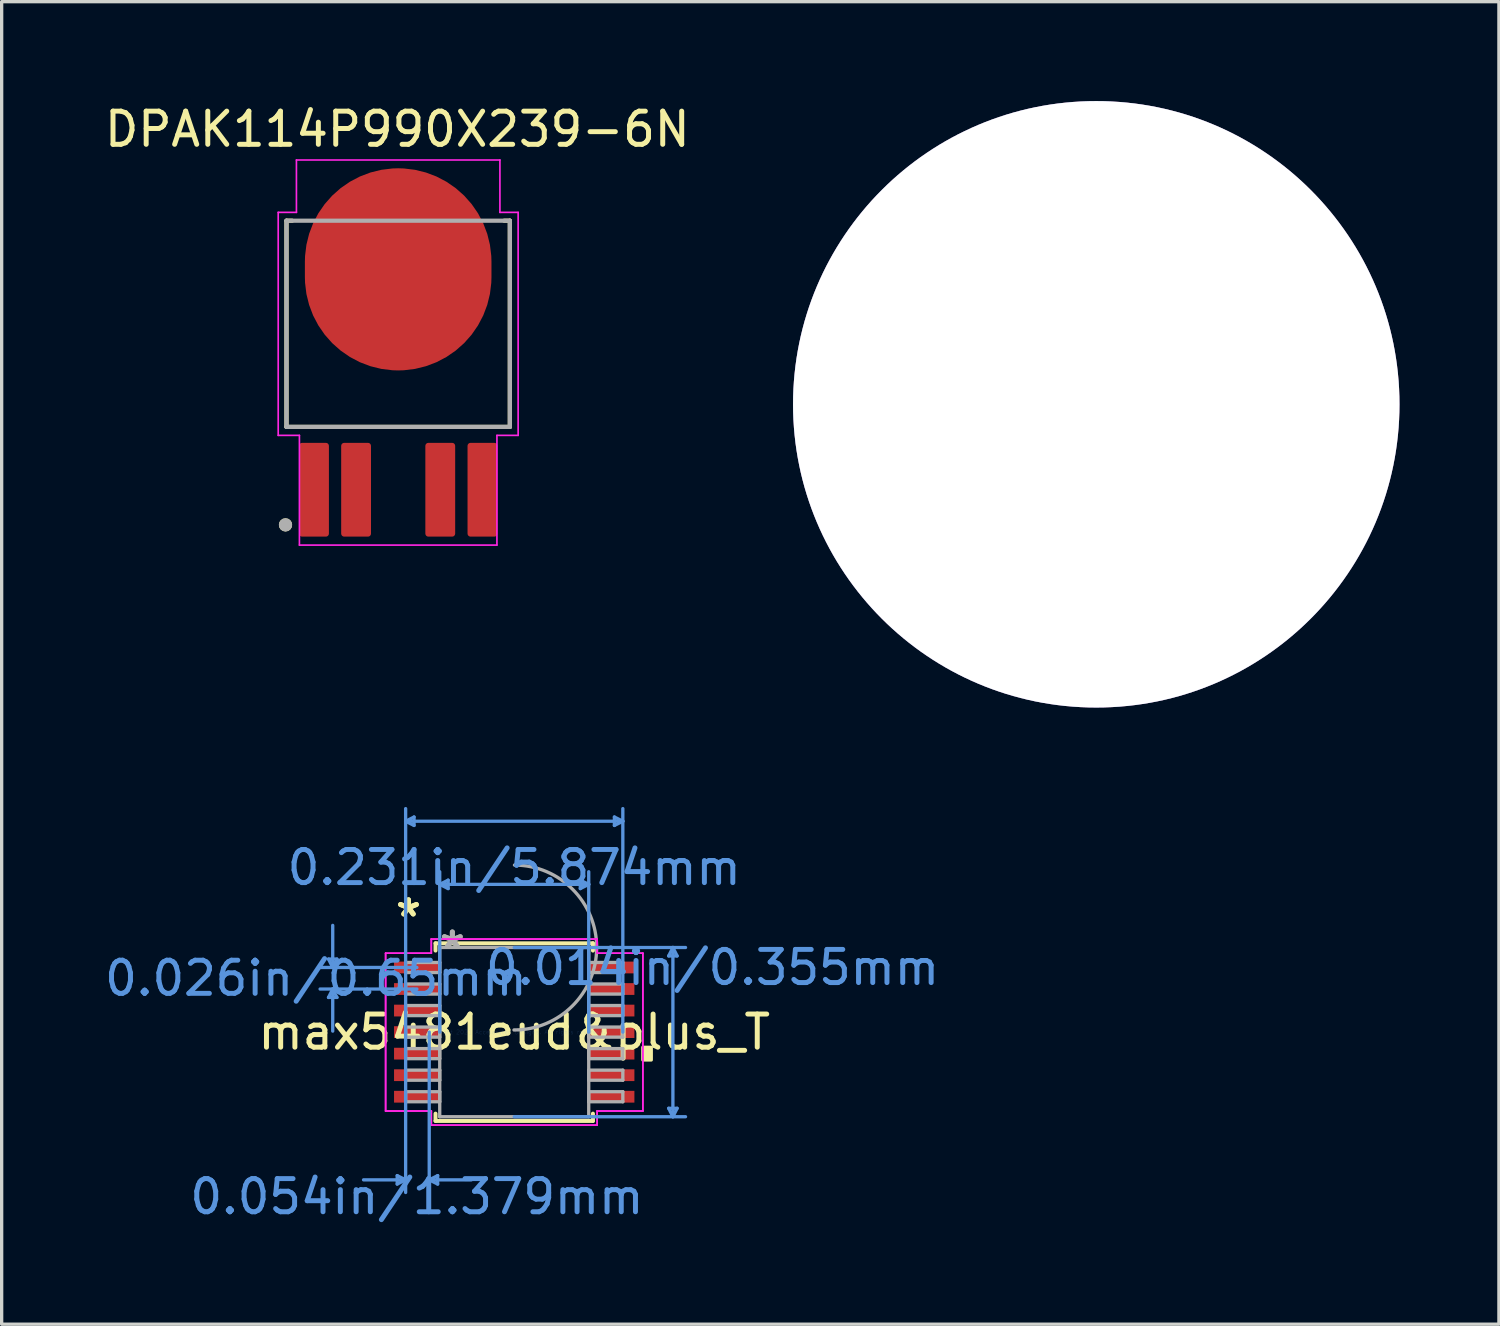
<source format=kicad_pcb>
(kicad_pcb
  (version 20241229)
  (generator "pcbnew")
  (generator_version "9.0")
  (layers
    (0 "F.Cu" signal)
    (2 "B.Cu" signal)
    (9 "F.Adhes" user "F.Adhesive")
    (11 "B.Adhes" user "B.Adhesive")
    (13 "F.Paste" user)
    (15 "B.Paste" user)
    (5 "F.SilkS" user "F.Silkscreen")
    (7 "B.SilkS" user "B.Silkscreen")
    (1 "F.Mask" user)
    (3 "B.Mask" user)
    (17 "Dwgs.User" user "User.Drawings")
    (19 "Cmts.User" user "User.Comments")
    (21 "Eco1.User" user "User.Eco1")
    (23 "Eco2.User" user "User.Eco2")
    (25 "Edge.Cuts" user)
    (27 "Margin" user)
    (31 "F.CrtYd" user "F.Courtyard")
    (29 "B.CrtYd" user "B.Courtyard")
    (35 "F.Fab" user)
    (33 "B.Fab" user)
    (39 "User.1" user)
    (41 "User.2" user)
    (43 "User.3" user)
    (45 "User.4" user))
  (footprint "HOLE_DIN8"
    (layer "F.Cu")
    (at 30.03 9.15)
    (property "Reference" "HOLE_DIN8" (at 0 0.5 0) (layer "F.SilkS") (effects (font (size 1 1) (thickness 0.15))))
    (attr through_hole)
    (pad "1" thru_hole circle (at 0 0) (size 18.3 18.3) (drill 18.3) (layers "*.Cu" "*.Mask")))
  (footprint "max5481eud&plus_T"
    (layer "F.Cu")
    (at 12.467 28.094)
    (property "Reference" "max5481eud&plus_T" (at 0 0 0) (layer "F.SilkS") (effects (font (size 1 1) (thickness 0.15))))
    (attr through_hole)
    (fp_line (start -2.375 -2.68) (end -2.375 -2.46) (stroke (width 0.12) (type solid)) (layer "F.SilkS"))
    (fp_line (start -2.375 2.46) (end -2.375 2.68) (stroke (width 0.12) (type solid)) (layer "F.SilkS"))
    (fp_line (start -2.375 2.68) (end 2.375 2.68) (stroke (width 0.12) (type solid)) (layer "F.SilkS"))
    (fp_line (start 2.375 -2.68) (end -2.375 -2.68) (stroke (width 0.12) (type solid)) (layer "F.SilkS"))
    (fp_line (start 2.375 -2.46) (end 2.375 -2.68) (stroke (width 0.12) (type solid)) (layer "F.SilkS"))
    (fp_line (start 2.375 2.68) (end 2.375 2.46) (stroke (width 0.12) (type solid)) (layer "F.SilkS"))
    (fp_poly (pts (xy 4.135 0.459) (xy 4.135 0.84) (xy 3.881 0.84) (xy 3.881 0.459)) (stroke (width 0.1) (type solid)) (fill yes) (layer "F.SilkS"))
    (fp_line (start -5.604 -2.204) (end -5.35 -2.204) (stroke (width 0.1) (type solid)) (layer "Cmts.User"))
    (fp_line (start -5.604 -1.046) (end -5.35 -1.046) (stroke (width 0.1) (type solid)) (layer "Cmts.User"))
    (fp_line (start -5.477 -1.95) (end -5.604 -2.204) (stroke (width 0.1) (type solid)) (layer "Cmts.User"))
    (fp_line (start -5.477 -1.95) (end -5.477 -3.22) (stroke (width 0.1) (type solid)) (layer "Cmts.User"))
    (fp_line (start -5.477 -1.95) (end -5.35 -2.204) (stroke (width 0.1) (type solid)) (layer "Cmts.User"))
    (fp_line (start -5.477 -1.3) (end -5.604 -1.046) (stroke (width 0.1) (type solid)) (layer "Cmts.User"))
    (fp_line (start -5.477 -1.3) (end -5.477 -0.03) (stroke (width 0.1) (type solid)) (layer "Cmts.User"))
    (fp_line (start -5.477 -1.3) (end -5.35 -1.046) (stroke (width 0.1) (type solid)) (layer "Cmts.User"))
    (fp_line (start -3.531 4.331) (end -3.531 4.585) (stroke (width 0.1) (type solid)) (layer "Cmts.User"))
    (fp_line (start -3.277 -6.363) (end -3.023 -6.49) (stroke (width 0.1) (type solid)) (layer "Cmts.User"))
    (fp_line (start -3.277 -6.363) (end -3.023 -6.236) (stroke (width 0.1) (type solid)) (layer "Cmts.User"))
    (fp_line (start -3.277 -6.363) (end 3.277 -6.363) (stroke (width 0.1) (type solid)) (layer "Cmts.User"))
    (fp_line (start -3.277 0) (end -3.277 -6.744) (stroke (width 0.1) (type solid)) (layer "Cmts.User"))
    (fp_line (start -3.277 0) (end -3.277 4.839) (stroke (width 0.1) (type solid)) (layer "Cmts.User"))
    (fp_line (start -3.277 4.458) (end -4.547 4.458) (stroke (width 0.1) (type solid)) (layer "Cmts.User"))
    (fp_line (start -3.277 4.458) (end -3.531 4.331) (stroke (width 0.1) (type solid)) (layer "Cmts.User"))
    (fp_line (start -3.277 4.458) (end -3.531 4.585) (stroke (width 0.1) (type solid)) (layer "Cmts.User"))
    (fp_line (start -3.023 -6.49) (end -3.023 -6.236) (stroke (width 0.1) (type solid)) (layer "Cmts.User"))
    (fp_line (start -2.937 -1.95) (end -5.858 -1.95) (stroke (width 0.1) (type solid)) (layer "Cmts.User"))
    (fp_line (start -2.937 -1.3) (end -5.858 -1.3) (stroke (width 0.1) (type solid)) (layer "Cmts.User"))
    (fp_line (start -2.565 0) (end -2.565 4.839) (stroke (width 0.1) (type solid)) (layer "Cmts.User"))
    (fp_line (start -2.565 4.458) (end -2.311 4.331) (stroke (width 0.1) (type solid)) (layer "Cmts.User"))
    (fp_line (start -2.565 4.458) (end -2.311 4.585) (stroke (width 0.1) (type solid)) (layer "Cmts.User"))
    (fp_line (start -2.565 4.458) (end -1.295 4.458) (stroke (width 0.1) (type solid)) (layer "Cmts.User"))
    (fp_line (start -2.311 4.331) (end -2.311 4.585) (stroke (width 0.1) (type solid)) (layer "Cmts.User"))
    (fp_line (start -2.248 -4.458) (end -1.994 -4.585) (stroke (width 0.1) (type solid)) (layer "Cmts.User"))
    (fp_line (start -2.248 -4.458) (end -1.994 -4.331) (stroke (width 0.1) (type solid)) (layer "Cmts.User"))
    (fp_line (start -2.248 -4.458) (end 2.248 -4.458) (stroke (width 0.1) (type solid)) (layer "Cmts.User"))
    (fp_line (start -2.248 0) (end -2.248 -4.839) (stroke (width 0.1) (type solid)) (layer "Cmts.User"))
    (fp_line (start -1.994 -4.585) (end -1.994 -4.331) (stroke (width 0.1) (type solid)) (layer "Cmts.User"))
    (fp_line (start 0 -2.553) (end 5.169 -2.553) (stroke (width 0.1) (type solid)) (layer "Cmts.User"))
    (fp_line (start 0 2.553) (end 5.169 2.553) (stroke (width 0.1) (type solid)) (layer "Cmts.User"))
    (fp_line (start 1.994 -4.585) (end 1.994 -4.331) (stroke (width 0.1) (type solid)) (layer "Cmts.User"))
    (fp_line (start 2.248 -4.458) (end 1.994 -4.585) (stroke (width 0.1) (type solid)) (layer "Cmts.User"))
    (fp_line (start 2.248 -4.458) (end 1.994 -4.331) (stroke (width 0.1) (type solid)) (layer "Cmts.User"))
    (fp_line (start 2.248 0) (end 2.248 -4.839) (stroke (width 0.1) (type solid)) (layer "Cmts.User"))
    (fp_line (start 3.023 -6.49) (end 3.023 -6.236) (stroke (width 0.1) (type solid)) (layer "Cmts.User"))
    (fp_line (start 3.277 -6.363) (end 3.023 -6.49) (stroke (width 0.1) (type solid)) (layer "Cmts.User"))
    (fp_line (start 3.277 -6.363) (end 3.023 -6.236) (stroke (width 0.1) (type solid)) (layer "Cmts.User"))
    (fp_line (start 3.277 0) (end 3.277 -6.744) (stroke (width 0.1) (type solid)) (layer "Cmts.User"))
    (fp_line (start 4.661 -2.299) (end 4.915 -2.299) (stroke (width 0.1) (type solid)) (layer "Cmts.User"))
    (fp_line (start 4.661 2.299) (end 4.915 2.299) (stroke (width 0.1) (type solid)) (layer "Cmts.User"))
    (fp_line (start 4.788 -2.553) (end 4.661 -2.299) (stroke (width 0.1) (type solid)) (layer "Cmts.User"))
    (fp_line (start 4.788 -2.553) (end 4.788 2.553) (stroke (width 0.1) (type solid)) (layer "Cmts.User"))
    (fp_line (start 4.788 -2.553) (end 4.915 -2.299) (stroke (width 0.1) (type solid)) (layer "Cmts.User"))
    (fp_line (start 4.788 2.553) (end 4.661 2.299) (stroke (width 0.1) (type solid)) (layer "Cmts.User"))
    (fp_line (start 4.788 2.553) (end 4.915 2.299) (stroke (width 0.1) (type solid)) (layer "Cmts.User"))
    (fp_line (start -3.881 -2.381) (end -2.502 -2.381) (stroke (width 0.05) (type solid)) (layer "F.CrtYd"))
    (fp_line (start -3.881 -2.381) (end -2.502 -2.381) (stroke (width 0.05) (type solid)) (layer "F.CrtYd"))
    (fp_line (start -3.881 2.381) (end -3.881 -2.381) (stroke (width 0.05) (type solid)) (layer "F.CrtYd"))
    (fp_line (start -3.881 2.381) (end -3.881 -2.381) (stroke (width 0.05) (type solid)) (layer "F.CrtYd"))
    (fp_line (start -3.881 2.381) (end -2.502 2.381) (stroke (width 0.05) (type solid)) (layer "F.CrtYd"))
    (fp_line (start -2.502 -2.807) (end 2.502 -2.807) (stroke (width 0.05) (type solid)) (layer "F.CrtYd"))
    (fp_line (start -2.502 -2.807) (end 2.502 -2.807) (stroke (width 0.05) (type solid)) (layer "F.CrtYd"))
    (fp_line (start -2.502 -2.381) (end -2.502 -2.807) (stroke (width 0.05) (type solid)) (layer "F.CrtYd"))
    (fp_line (start -2.502 -2.381) (end -2.502 -2.807) (stroke (width 0.05) (type solid)) (layer "F.CrtYd"))
    (fp_line (start -2.502 2.381) (end -3.881 2.381) (stroke (width 0.05) (type solid)) (layer "F.CrtYd"))
    (fp_line (start -2.502 2.807) (end -2.502 2.381) (stroke (width 0.05) (type solid)) (layer "F.CrtYd"))
    (fp_line (start -2.502 2.807) (end -2.502 2.381) (stroke (width 0.05) (type solid)) (layer "F.CrtYd"))
    (fp_line (start 2.502 -2.807) (end 2.502 -2.381) (stroke (width 0.05) (type solid)) (layer "F.CrtYd"))
    (fp_line (start 2.502 -2.807) (end 2.502 -2.381) (stroke (width 0.05) (type solid)) (layer "F.CrtYd"))
    (fp_line (start 2.502 -2.381) (end 3.881 -2.381) (stroke (width 0.05) (type solid)) (layer "F.CrtYd"))
    (fp_line (start 2.502 2.381) (end 2.502 2.807) (stroke (width 0.05) (type solid)) (layer "F.CrtYd"))
    (fp_line (start 2.502 2.381) (end 2.502 2.807) (stroke (width 0.05) (type solid)) (layer "F.CrtYd"))
    (fp_line (start 2.502 2.807) (end -2.502 2.807) (stroke (width 0.05) (type solid)) (layer "F.CrtYd"))
    (fp_line (start 2.502 2.807) (end -2.502 2.807) (stroke (width 0.05) (type solid)) (layer "F.CrtYd"))
    (fp_line (start 3.881 -2.381) (end 2.502 -2.381) (stroke (width 0.05) (type solid)) (layer "F.CrtYd"))
    (fp_line (start 3.881 -2.381) (end 3.881 2.381) (stroke (width 0.05) (type solid)) (layer "F.CrtYd"))
    (fp_line (start 3.881 -2.381) (end 3.881 2.381) (stroke (width 0.05) (type solid)) (layer "F.CrtYd"))
    (fp_line (start 3.881 2.381) (end 2.502 2.381) (stroke (width 0.05) (type solid)) (layer "F.CrtYd"))
    (fp_line (start 3.881 2.381) (end 2.502 2.381) (stroke (width 0.05) (type solid)) (layer "F.CrtYd"))
    (fp_line (start -3.277 -2.102) (end -3.277 -1.798) (stroke (width 0.1) (type solid)) (layer "F.Fab"))
    (fp_line (start -3.277 -1.798) (end -2.248 -1.798) (stroke (width 0.1) (type solid)) (layer "F.Fab"))
    (fp_line (start -3.277 -1.452) (end -3.277 -1.148) (stroke (width 0.1) (type solid)) (layer "F.Fab"))
    (fp_line (start -3.277 -1.148) (end -2.248 -1.148) (stroke (width 0.1) (type solid)) (layer "F.Fab"))
    (fp_line (start -3.277 -0.802) (end -3.277 -0.498) (stroke (width 0.1) (type solid)) (layer "F.Fab"))
    (fp_line (start -3.277 -0.498) (end -2.248 -0.498) (stroke (width 0.1) (type solid)) (layer "F.Fab"))
    (fp_line (start -3.277 -0.152) (end -3.277 0.152) (stroke (width 0.1) (type solid)) (layer "F.Fab"))
    (fp_line (start -3.277 0.152) (end -2.248 0.152) (stroke (width 0.1) (type solid)) (layer "F.Fab"))
    (fp_line (start -3.277 0.498) (end -3.277 0.802) (stroke (width 0.1) (type solid)) (layer "F.Fab"))
    (fp_line (start -3.277 0.802) (end -2.248 0.802) (stroke (width 0.1) (type solid)) (layer "F.Fab"))
    (fp_line (start -3.277 1.148) (end -3.277 1.452) (stroke (width 0.1) (type solid)) (layer "F.Fab"))
    (fp_line (start -3.277 1.452) (end -2.248 1.452) (stroke (width 0.1) (type solid)) (layer "F.Fab"))
    (fp_line (start -3.277 1.798) (end -3.277 2.102) (stroke (width 0.1) (type solid)) (layer "F.Fab"))
    (fp_line (start -3.277 2.102) (end -2.248 2.102) (stroke (width 0.1) (type solid)) (layer "F.Fab"))
    (fp_line (start -2.248 -2.553) (end -2.248 2.553) (stroke (width 0.1) (type solid)) (layer "F.Fab"))
    (fp_line (start -2.248 -2.102) (end -3.277 -2.102) (stroke (width 0.1) (type solid)) (layer "F.Fab"))
    (fp_line (start -2.248 -1.798) (end -2.248 -2.102) (stroke (width 0.1) (type solid)) (layer "F.Fab"))
    (fp_line (start -2.248 -1.452) (end -3.277 -1.452) (stroke (width 0.1) (type solid)) (layer "F.Fab"))
    (fp_line (start -2.248 -1.148) (end -2.248 -1.452) (stroke (width 0.1) (type solid)) (layer "F.Fab"))
    (fp_line (start -2.248 -0.802) (end -3.277 -0.802) (stroke (width 0.1) (type solid)) (layer "F.Fab"))
    (fp_line (start -2.248 -0.498) (end -2.248 -0.802) (stroke (width 0.1) (type solid)) (layer "F.Fab"))
    (fp_line (start -2.248 -0.152) (end -3.277 -0.152) (stroke (width 0.1) (type solid)) (layer "F.Fab"))
    (fp_line (start -2.248 0.152) (end -2.248 -0.152) (stroke (width 0.1) (type solid)) (layer "F.Fab"))
    (fp_line (start -2.248 0.498) (end -3.277 0.498) (stroke (width 0.1) (type solid)) (layer "F.Fab"))
    (fp_line (start -2.248 0.802) (end -2.248 0.498) (stroke (width 0.1) (type solid)) (layer "F.Fab"))
    (fp_line (start -2.248 1.148) (end -3.277 1.148) (stroke (width 0.1) (type solid)) (layer "F.Fab"))
    (fp_line (start -2.248 1.452) (end -2.248 1.148) (stroke (width 0.1) (type solid)) (layer "F.Fab"))
    (fp_line (start -2.248 1.798) (end -3.277 1.798) (stroke (width 0.1) (type solid)) (layer "F.Fab"))
    (fp_line (start -2.248 2.102) (end -2.248 1.798) (stroke (width 0.1) (type solid)) (layer "F.Fab"))
    (fp_line (start -2.248 2.553) (end 2.248 2.553) (stroke (width 0.1) (type solid)) (layer "F.Fab"))
    (fp_line (start 2.248 -2.553) (end -2.248 -2.553) (stroke (width 0.1) (type solid)) (layer "F.Fab"))
    (fp_line (start 2.248 -2.102) (end 2.248 -1.798) (stroke (width 0.1) (type solid)) (layer "F.Fab"))
    (fp_line (start 2.248 -1.798) (end 3.277 -1.798) (stroke (width 0.1) (type solid)) (layer "F.Fab"))
    (fp_line (start 2.248 -1.452) (end 2.248 -1.148) (stroke (width 0.1) (type solid)) (layer "F.Fab"))
    (fp_line (start 2.248 -1.148) (end 3.277 -1.148) (stroke (width 0.1) (type solid)) (layer "F.Fab"))
    (fp_line (start 2.248 -0.802) (end 2.248 -0.498) (stroke (width 0.1) (type solid)) (layer "F.Fab"))
    (fp_line (start 2.248 -0.498) (end 3.277 -0.498) (stroke (width 0.1) (type solid)) (layer "F.Fab"))
    (fp_line (start 2.248 -0.152) (end 2.248 0.152) (stroke (width 0.1) (type solid)) (layer "F.Fab"))
    (fp_line (start 2.248 0.152) (end 3.277 0.152) (stroke (width 0.1) (type solid)) (layer "F.Fab"))
    (fp_line (start 2.248 0.498) (end 2.248 0.802) (stroke (width 0.1) (type solid)) (layer "F.Fab"))
    (fp_line (start 2.248 0.802) (end 3.277 0.802) (stroke (width 0.1) (type solid)) (layer "F.Fab"))
    (fp_line (start 2.248 1.148) (end 2.248 1.452) (stroke (width 0.1) (type solid)) (layer "F.Fab"))
    (fp_line (start 2.248 1.452) (end 3.277 1.452) (stroke (width 0.1) (type solid)) (layer "F.Fab"))
    (fp_line (start 2.248 1.798) (end 2.248 2.102) (stroke (width 0.1) (type solid)) (layer "F.Fab"))
    (fp_line (start 2.248 2.102) (end 3.277 2.102) (stroke (width 0.1) (type solid)) (layer "F.Fab"))
    (fp_line (start 2.248 2.553) (end 2.248 -2.553) (stroke (width 0.1) (type solid)) (layer "F.Fab"))
    (fp_line (start 3.277 -2.102) (end 2.248 -2.102) (stroke (width 0.1) (type solid)) (layer "F.Fab"))
    (fp_line (start 3.277 -1.798) (end 3.277 -2.102) (stroke (width 0.1) (type solid)) (layer "F.Fab"))
    (fp_line (start 3.277 -1.452) (end 2.248 -1.452) (stroke (width 0.1) (type solid)) (layer "F.Fab"))
    (fp_line (start 3.277 -1.148) (end 3.277 -1.452) (stroke (width 0.1) (type solid)) (layer "F.Fab"))
    (fp_line (start 3.277 -0.802) (end 2.248 -0.802) (stroke (width 0.1) (type solid)) (layer "F.Fab"))
    (fp_line (start 3.277 -0.498) (end 3.277 -0.802) (stroke (width 0.1) (type solid)) (layer "F.Fab"))
    (fp_line (start 3.277 -0.152) (end 2.248 -0.152) (stroke (width 0.1) (type solid)) (layer "F.Fab"))
    (fp_line (start 3.277 0.152) (end 3.277 -0.152) (stroke (width 0.1) (type solid)) (layer "F.Fab"))
    (fp_line (start 3.277 0.498) (end 2.248 0.498) (stroke (width 0.1) (type solid)) (layer "F.Fab"))
    (fp_line (start 3.277 0.802) (end 3.277 0.498) (stroke (width 0.1) (type solid)) (layer "F.Fab"))
    (fp_line (start 3.277 1.148) (end 2.248 1.148) (stroke (width 0.1) (type solid)) (layer "F.Fab"))
    (fp_line (start 3.277 1.452) (end 3.277 1.148) (stroke (width 0.1) (type solid)) (layer "F.Fab"))
    (fp_line (start 3.277 1.798) (end 2.248 1.798) (stroke (width 0.1) (type solid)) (layer "F.Fab"))
    (fp_line (start 3.277 2.102) (end 3.277 1.798) (stroke (width 0.1) (type solid)) (layer "F.Fab"))
    (fp_arc (start 0.007742 -5.040561) (mid 2.487861 -2.544958) (end -0.007742 -0.064839) (stroke (width 0.1) (type solid)) (layer "F.Fab"))
    (fp_text user "*" (at -3.191 -3.448 0) (layer "F.SilkS") (effects (font (size 1 1) (thickness 0.15))))
    (fp_text user "*" (at -3.191 -3.448 0) (layer "F.SilkS") (effects (font (size 1 1) (thickness 0.15))))
    (fp_text user "0.054in/1.379mm" (at -2.937 4.966 0) (layer "Cmts.User") (effects (font (size 1 1) (thickness 0.15))))
    (fp_text user "0.026in/0.65mm" (at -5.985 -1.625 0) (layer "Cmts.User") (effects (font (size 1 1) (thickness 0.15))))
    (fp_text user "Copyright 2021 Accelerated Designs. All rights reserved." (at 0 0 0) (layer "Cmts.User") (effects (font (size 0.127 0.127) (thickness 0.002))))
    (fp_text user "0.014in/0.355mm" (at 5.985 -1.95 0) (layer "Cmts.User") (effects (font (size 1 1) (thickness 0.15))))
    (fp_text user "0.231in/5.874mm" (at 0 -4.966 0) (layer "Cmts.User") (effects (font (size 1 1) (thickness 0.15))))
    (fp_text user "*" (at -1.867 -2.477 0) (layer "F.Fab") (effects (font (size 1 1) (thickness 0.15))))
    (fp_text user "*" (at -1.867 -2.477 0) (layer "F.Fab") (effects (font (size 1 1) (thickness 0.15))))
    (pad "1" smd rect (at -2.937 -1.95) (size 1.379 0.355) (layers "F.Cu" "F.Mask" "F.Paste"))
    (pad "2" smd rect (at -2.937 -1.3) (size 1.379 0.355) (layers "F.Cu" "F.Mask" "F.Paste"))
    (pad "3" smd rect (at -2.937 -0.65) (size 1.379 0.355) (layers "F.Cu" "F.Mask" "F.Paste"))
    (pad "4" smd rect (at -2.937 0) (size 1.379 0.355) (layers "F.Cu" "F.Mask" "F.Paste"))
    (pad "5" smd rect (at -2.937 0.65) (size 1.379 0.355) (layers "F.Cu" "F.Mask" "F.Paste"))
    (pad "6" smd rect (at -2.937 1.3) (size 1.379 0.355) (layers "F.Cu" "F.Mask" "F.Paste"))
    (pad "7" smd rect (at -2.937 1.95) (size 1.379 0.355) (layers "F.Cu" "F.Mask" "F.Paste"))
    (pad "8" smd rect (at 2.937 1.95) (size 1.379 0.355) (layers "F.Cu" "F.Mask" "F.Paste"))
    (pad "9" smd rect (at 2.937 1.3) (size 1.379 0.355) (layers "F.Cu" "F.Mask" "F.Paste"))
    (pad "10" smd rect (at 2.937 0.65) (size 1.379 0.355) (layers "F.Cu" "F.Mask" "F.Paste"))
    (pad "11" smd rect (at 2.937 0) (size 1.379 0.355) (layers "F.Cu" "F.Mask" "F.Paste"))
    (pad "12" smd rect (at 2.937 -0.65) (size 1.379 0.355) (layers "F.Cu" "F.Mask" "F.Paste"))
    (pad "13" smd rect (at 2.937 -1.3) (size 1.379 0.355) (layers "F.Cu" "F.Mask" "F.Paste"))
    (pad "14" smd rect (at 2.937 -1.95) (size 1.379 0.355) (layers "F.Cu" "F.Mask" "F.Paste")))
  (footprint "DPAK114P990X239-6N"
    (layer "F.Cu")
    (at 8.965 7.588)
    (property "Reference" "DPAK114P990X239-6N" (at -0.025 -6.739 0) (layer "F.SilkS") (effects (font (size 1.001 1.001) (thickness 0.15))))
    (attr through_hole)
    (fp_line (start -3.37 -3.978) (end -3.37 2.243) (stroke (width 0.127) (type solid)) (layer "F.SilkS"))
    (fp_line (start -3.37 2.243) (end 3.37 2.243) (stroke (width 0.127) (type solid)) (layer "F.SilkS"))
    (fp_line (start -3.2 -3.978) (end -3.37 -3.978) (stroke (width 0.127) (type solid)) (layer "F.SilkS"))
    (fp_line (start 3.37 -3.978) (end 3.2 -3.978) (stroke (width 0.127) (type solid)) (layer "F.SilkS"))
    (fp_line (start 3.37 2.243) (end 3.37 -3.978) (stroke (width 0.127) (type solid)) (layer "F.SilkS"))
    (fp_circle (center -3.4 5.2) (end -3.3 5.2) (stroke (width 0.2) (type solid)) (fill no) (layer "F.SilkS"))
    (fp_poly (pts (xy -1.78 -4.44) (xy 1.78 -4.44) (xy 1.78 -0.58) (xy -1.78 -0.58)) (stroke (width 0.01) (type solid)) (fill yes) (layer "F.Paste"))
    (fp_line (start -3.62 -4.23) (end -3.07 -4.23) (stroke (width 0.05) (type solid)) (layer "F.CrtYd"))
    (fp_line (start -3.62 2.5) (end -3.62 -4.23) (stroke (width 0.05) (type solid)) (layer "F.CrtYd"))
    (fp_line (start -3.07 -5.81) (end 3.07 -5.81) (stroke (width 0.05) (type solid)) (layer "F.CrtYd"))
    (fp_line (start -3.07 -4.23) (end -3.07 -5.81) (stroke (width 0.05) (type solid)) (layer "F.CrtYd"))
    (fp_line (start -2.98 2.5) (end -3.62 2.5) (stroke (width 0.05) (type solid)) (layer "F.CrtYd"))
    (fp_line (start -2.98 2.5) (end -2.98 5.81) (stroke (width 0.05) (type solid)) (layer "F.CrtYd"))
    (fp_line (start -2.98 5.81) (end 2.98 5.81) (stroke (width 0.05) (type solid)) (layer "F.CrtYd"))
    (fp_line (start 2.98 2.5) (end 2.98 5.81) (stroke (width 0.05) (type solid)) (layer "F.CrtYd"))
    (fp_line (start 2.98 2.5) (end 3.62 2.5) (stroke (width 0.05) (type solid)) (layer "F.CrtYd"))
    (fp_line (start 3.07 -4.23) (end 3.07 -5.81) (stroke (width 0.05) (type solid)) (layer "F.CrtYd"))
    (fp_line (start 3.62 -4.23) (end 3.07 -4.23) (stroke (width 0.05) (type solid)) (layer "F.CrtYd"))
    (fp_line (start 3.62 2.5) (end 3.62 -4.23) (stroke (width 0.05) (type solid)) (layer "F.CrtYd"))
    (fp_line (start -3.37 -3.978) (end 3.37 -3.978) (stroke (width 0.127) (type solid)) (layer "F.Fab"))
    (fp_line (start -3.37 2.243) (end -3.37 -3.978) (stroke (width 0.127) (type solid)) (layer "F.Fab"))
    (fp_line (start 3.37 -3.978) (end 3.37 2.243) (stroke (width 0.127) (type solid)) (layer "F.Fab"))
    (fp_line (start 3.37 2.243) (end -3.37 2.243) (stroke (width 0.127) (type solid)) (layer "F.Fab"))
    (fp_circle (center -3.4 5.2) (end -3.3 5.2) (stroke (width 0.2) (type solid)) (fill no) (layer "F.Fab"))
    (pad "1" smd roundrect (at -2.54 4.14 90) (size 2.83 0.9) (layers "F.Cu" "F.Mask" "F.Paste") (roundrect_rratio 0.1))
    (pad "2" smd roundrect (at -1.27 4.14 90) (size 2.83 0.9) (layers "F.Cu" "F.Mask" "F.Paste") (roundrect_rratio 0.1))
    (pad "3" smd roundrect (at 0 -2.51) (size 5.63 6.1) (layers "F.Cu" "F.Mask") (roundrect_rratio 0.5))
    (pad "4" smd roundrect (at 1.27 4.14 90) (size 2.83 0.9) (layers "F.Cu" "F.Mask" "F.Paste") (roundrect_rratio 0.1))
    (pad "5" smd roundrect (at 2.543 4.14 90) (size 2.83 0.9) (layers "F.Cu" "F.Mask" "F.Paste") (roundrect_rratio 0.1)))
  (gr_rect
    (start -3 -3)
    (end 42.18 36.908)
    (stroke (width 0.1) (type default))
    (fill no)
    (layer "Edge.Cuts")))
</source>
